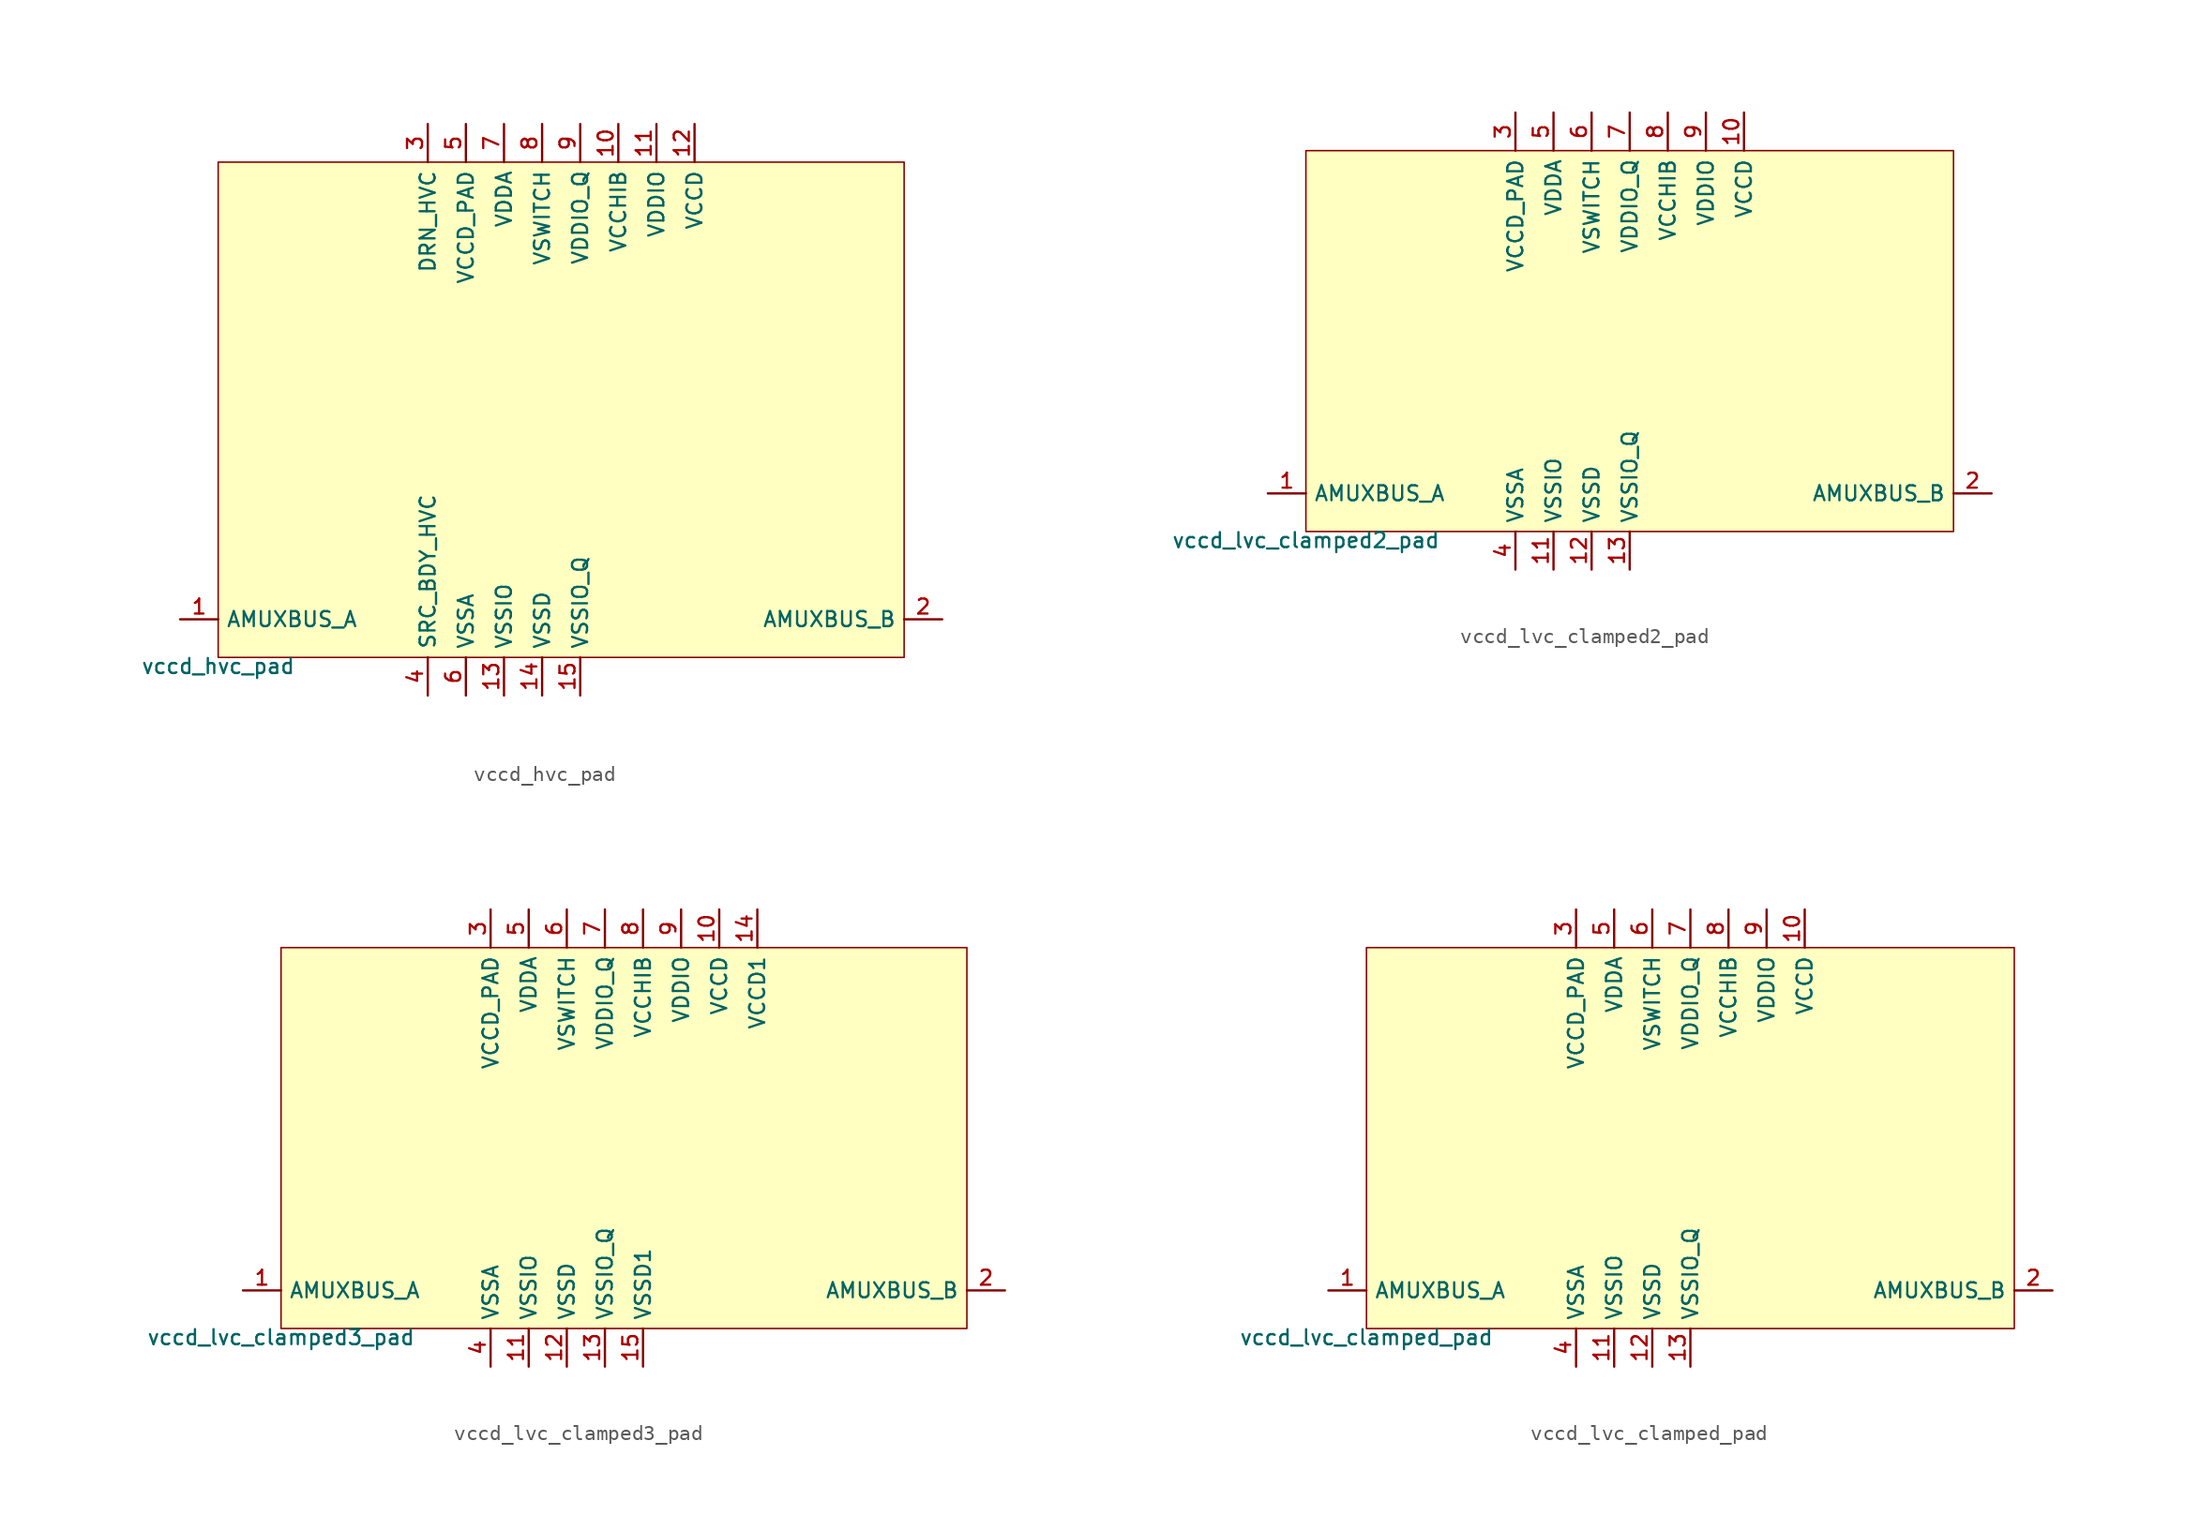
<source format=kicad_sym>
(kicad_symbol_lib
  (version 20211014)
  (generator pdk2kicad)
  (symbol "vccd_hvc_pad"
    (property "Reference" "X"
      (at 0 0 0)
      (effects (font (size 1 1)) hide))
    (property "Value" "vccd_hvc_pad"
      (at -22.86 -16.51 0)
      (effects (font (size 1 1)) (justify top)))
    (rectangle
      (start -22.86 -16.51)
      (end 22.86 16.51)
      (stroke (width 0.1) (type solid) (color 0 0 0 0))
      (fill (type background)))
    (pin bidirectional line
      (at -25.4 -13.97 0)
      (length 2.54)
      (name "AMUXBUS_A" (effects (font (size 1 1)) hide))
      (number "1" (effects (font (size 1 1)) hide)))
    (pin bidirectional line
      (at 25.4 -13.97 180)
      (length 2.54)
      (name "AMUXBUS_B" (effects (font (size 1 1)) hide))
      (number "2" (effects (font (size 1 1)) hide)))
    (pin power_in line
      (at -8.89 19.05 270)
      (length 2.54)
      (name "DRN_HVC" (effects (font (size 1 1)) hide))
      (number "3" (effects (font (size 1 1)) hide)))
    (pin power_in line
      (at -8.89 -19.05 90)
      (length 2.54)
      (name "SRC_BDY_HVC" (effects (font (size 1 1)) hide))
      (number "4" (effects (font (size 1 1)) hide)))
    (pin power_in line
      (at -6.35 19.05 270)
      (length 2.54)
      (name "VCCD_PAD" (effects (font (size 1 1)) hide))
      (number "5" (effects (font (size 1 1)) hide)))
    (pin power_in line
      (at -6.35 -19.05 90)
      (length 2.54)
      (name "VSSA" (effects (font (size 1 1)) hide))
      (number "6" (effects (font (size 1 1)) hide)))
    (pin power_in line
      (at -3.81 19.05 270)
      (length 2.54)
      (name "VDDA" (effects (font (size 1 1)) hide))
      (number "7" (effects (font (size 1 1)) hide)))
    (pin power_in line
      (at -1.27 19.05 270)
      (length 2.54)
      (name "VSWITCH" (effects (font (size 1 1)) hide))
      (number "8" (effects (font (size 1 1)) hide)))
    (pin power_in line
      (at 1.27 19.05 270)
      (length 2.54)
      (name "VDDIO_Q" (effects (font (size 1 1)) hide))
      (number "9" (effects (font (size 1 1)) hide)))
    (pin power_in line
      (at 3.81 19.05 270)
      (length 2.54)
      (name "VCCHIB" (effects (font (size 1 1)) hide))
      (number "10" (effects (font (size 1 1)) hide)))
    (pin power_in line
      (at 6.35 19.05 270)
      (length 2.54)
      (name "VDDIO" (effects (font (size 1 1)) hide))
      (number "11" (effects (font (size 1 1)) hide)))
    (pin power_in line
      (at 8.89 19.05 270)
      (length 2.54)
      (name "VCCD" (effects (font (size 1 1)) hide))
      (number "12" (effects (font (size 1 1)) hide)))
    (pin power_in line
      (at -3.81 -19.05 90)
      (length 2.54)
      (name "VSSIO" (effects (font (size 1 1)) hide))
      (number "13" (effects (font (size 1 1)) hide)))
    (pin power_in line
      (at -1.27 -19.05 90)
      (length 2.54)
      (name "VSSD" (effects (font (size 1 1)) hide))
      (number "14" (effects (font (size 1 1)) hide)))
    (pin power_in line
      (at 1.27 -19.05 90)
      (length 2.54)
      (name "VSSIO_Q" (effects (font (size 1 1)) hide))
      (number "15" (effects (font (size 1 1)) hide))))
  (symbol "vccd_lvc_clamped2_pad"
    (property "Reference" "X"
      (at 0 0 0)
      (effects (font (size 1 1)) hide))
    (property "Value" "vccd_lvc_clamped2_pad"
      (at -21.59 -12.7 0)
      (effects (font (size 1 1)) (justify top)))
    (rectangle
      (start -21.59 -12.7)
      (end 21.59 12.7)
      (stroke (width 0.1) (type solid) (color 0 0 0 0))
      (fill (type background)))
    (pin bidirectional line
      (at -24.13 -10.16 0)
      (length 2.54)
      (name "AMUXBUS_A" (effects (font (size 1 1)) hide))
      (number "1" (effects (font (size 1 1)) hide)))
    (pin bidirectional line
      (at 24.13 -10.16 180)
      (length 2.54)
      (name "AMUXBUS_B" (effects (font (size 1 1)) hide))
      (number "2" (effects (font (size 1 1)) hide)))
    (pin power_in line
      (at -7.62 15.24 270)
      (length 2.54)
      (name "VCCD_PAD" (effects (font (size 1 1)) hide))
      (number "3" (effects (font (size 1 1)) hide)))
    (pin power_in line
      (at -7.62 -15.24 90)
      (length 2.54)
      (name "VSSA" (effects (font (size 1 1)) hide))
      (number "4" (effects (font (size 1 1)) hide)))
    (pin power_in line
      (at -5.08 15.24 270)
      (length 2.54)
      (name "VDDA" (effects (font (size 1 1)) hide))
      (number "5" (effects (font (size 1 1)) hide)))
    (pin power_in line
      (at -2.54 15.24 270)
      (length 2.54)
      (name "VSWITCH" (effects (font (size 1 1)) hide))
      (number "6" (effects (font (size 1 1)) hide)))
    (pin power_in line
      (at 0.0 15.24 270)
      (length 2.54)
      (name "VDDIO_Q" (effects (font (size 1 1)) hide))
      (number "7" (effects (font (size 1 1)) hide)))
    (pin power_in line
      (at 2.54 15.24 270)
      (length 2.54)
      (name "VCCHIB" (effects (font (size 1 1)) hide))
      (number "8" (effects (font (size 1 1)) hide)))
    (pin power_in line
      (at 5.08 15.24 270)
      (length 2.54)
      (name "VDDIO" (effects (font (size 1 1)) hide))
      (number "9" (effects (font (size 1 1)) hide)))
    (pin power_in line
      (at 7.62 15.24 270)
      (length 2.54)
      (name "VCCD" (effects (font (size 1 1)) hide))
      (number "10" (effects (font (size 1 1)) hide)))
    (pin power_in line
      (at -5.08 -15.24 90)
      (length 2.54)
      (name "VSSIO" (effects (font (size 1 1)) hide))
      (number "11" (effects (font (size 1 1)) hide)))
    (pin power_in line
      (at -2.54 -15.24 90)
      (length 2.54)
      (name "VSSD" (effects (font (size 1 1)) hide))
      (number "12" (effects (font (size 1 1)) hide)))
    (pin power_in line
      (at 0.0 -15.24 90)
      (length 2.54)
      (name "VSSIO_Q" (effects (font (size 1 1)) hide))
      (number "13" (effects (font (size 1 1)) hide))))
  (symbol "vccd_lvc_clamped3_pad"
    (property "Reference" "X"
      (at 0 0 0)
      (effects (font (size 1 1)) hide))
    (property "Value" "vccd_lvc_clamped3_pad"
      (at -22.86 -12.7 0)
      (effects (font (size 1 1)) (justify top)))
    (rectangle
      (start -22.86 -12.7)
      (end 22.86 12.7)
      (stroke (width 0.1) (type solid) (color 0 0 0 0))
      (fill (type background)))
    (pin bidirectional line
      (at -25.4 -10.16 0)
      (length 2.54)
      (name "AMUXBUS_A" (effects (font (size 1 1)) hide))
      (number "1" (effects (font (size 1 1)) hide)))
    (pin bidirectional line
      (at 25.4 -10.16 180)
      (length 2.54)
      (name "AMUXBUS_B" (effects (font (size 1 1)) hide))
      (number "2" (effects (font (size 1 1)) hide)))
    (pin power_in line
      (at -8.89 15.24 270)
      (length 2.54)
      (name "VCCD_PAD" (effects (font (size 1 1)) hide))
      (number "3" (effects (font (size 1 1)) hide)))
    (pin power_in line
      (at -8.89 -15.24 90)
      (length 2.54)
      (name "VSSA" (effects (font (size 1 1)) hide))
      (number "4" (effects (font (size 1 1)) hide)))
    (pin power_in line
      (at -6.35 15.24 270)
      (length 2.54)
      (name "VDDA" (effects (font (size 1 1)) hide))
      (number "5" (effects (font (size 1 1)) hide)))
    (pin power_in line
      (at -3.81 15.24 270)
      (length 2.54)
      (name "VSWITCH" (effects (font (size 1 1)) hide))
      (number "6" (effects (font (size 1 1)) hide)))
    (pin power_in line
      (at -1.27 15.24 270)
      (length 2.54)
      (name "VDDIO_Q" (effects (font (size 1 1)) hide))
      (number "7" (effects (font (size 1 1)) hide)))
    (pin power_in line
      (at 1.27 15.24 270)
      (length 2.54)
      (name "VCCHIB" (effects (font (size 1 1)) hide))
      (number "8" (effects (font (size 1 1)) hide)))
    (pin power_in line
      (at 3.81 15.24 270)
      (length 2.54)
      (name "VDDIO" (effects (font (size 1 1)) hide))
      (number "9" (effects (font (size 1 1)) hide)))
    (pin power_in line
      (at 6.35 15.24 270)
      (length 2.54)
      (name "VCCD" (effects (font (size 1 1)) hide))
      (number "10" (effects (font (size 1 1)) hide)))
    (pin power_in line
      (at -6.35 -15.24 90)
      (length 2.54)
      (name "VSSIO" (effects (font (size 1 1)) hide))
      (number "11" (effects (font (size 1 1)) hide)))
    (pin power_in line
      (at -3.81 -15.24 90)
      (length 2.54)
      (name "VSSD" (effects (font (size 1 1)) hide))
      (number "12" (effects (font (size 1 1)) hide)))
    (pin power_in line
      (at -1.27 -15.24 90)
      (length 2.54)
      (name "VSSIO_Q" (effects (font (size 1 1)) hide))
      (number "13" (effects (font (size 1 1)) hide)))
    (pin power_in line
      (at 8.89 15.24 270)
      (length 2.54)
      (name "VCCD1" (effects (font (size 1 1)) hide))
      (number "14" (effects (font (size 1 1)) hide)))
    (pin power_in line
      (at 1.27 -15.24 90)
      (length 2.54)
      (name "VSSD1" (effects (font (size 1 1)) hide))
      (number "15" (effects (font (size 1 1)) hide))))
  (symbol "vccd_lvc_clamped_pad"
    (property "Reference" "X"
      (at 0 0 0)
      (effects (font (size 1 1)) hide))
    (property "Value" "vccd_lvc_clamped_pad"
      (at -21.59 -12.7 0)
      (effects (font (size 1 1)) (justify top)))
    (rectangle
      (start -21.59 -12.7)
      (end 21.59 12.7)
      (stroke (width 0.1) (type solid) (color 0 0 0 0))
      (fill (type background)))
    (pin bidirectional line
      (at -24.13 -10.16 0)
      (length 2.54)
      (name "AMUXBUS_A" (effects (font (size 1 1)) hide))
      (number "1" (effects (font (size 1 1)) hide)))
    (pin bidirectional line
      (at 24.13 -10.16 180)
      (length 2.54)
      (name "AMUXBUS_B" (effects (font (size 1 1)) hide))
      (number "2" (effects (font (size 1 1)) hide)))
    (pin power_in line
      (at -7.62 15.24 270)
      (length 2.54)
      (name "VCCD_PAD" (effects (font (size 1 1)) hide))
      (number "3" (effects (font (size 1 1)) hide)))
    (pin power_in line
      (at -7.62 -15.24 90)
      (length 2.54)
      (name "VSSA" (effects (font (size 1 1)) hide))
      (number "4" (effects (font (size 1 1)) hide)))
    (pin power_in line
      (at -5.08 15.24 270)
      (length 2.54)
      (name "VDDA" (effects (font (size 1 1)) hide))
      (number "5" (effects (font (size 1 1)) hide)))
    (pin power_in line
      (at -2.54 15.24 270)
      (length 2.54)
      (name "VSWITCH" (effects (font (size 1 1)) hide))
      (number "6" (effects (font (size 1 1)) hide)))
    (pin power_in line
      (at 0.0 15.24 270)
      (length 2.54)
      (name "VDDIO_Q" (effects (font (size 1 1)) hide))
      (number "7" (effects (font (size 1 1)) hide)))
    (pin power_in line
      (at 2.54 15.24 270)
      (length 2.54)
      (name "VCCHIB" (effects (font (size 1 1)) hide))
      (number "8" (effects (font (size 1 1)) hide)))
    (pin power_in line
      (at 5.08 15.24 270)
      (length 2.54)
      (name "VDDIO" (effects (font (size 1 1)) hide))
      (number "9" (effects (font (size 1 1)) hide)))
    (pin power_in line
      (at 7.62 15.24 270)
      (length 2.54)
      (name "VCCD" (effects (font (size 1 1)) hide))
      (number "10" (effects (font (size 1 1)) hide)))
    (pin power_in line
      (at -5.08 -15.24 90)
      (length 2.54)
      (name "VSSIO" (effects (font (size 1 1)) hide))
      (number "11" (effects (font (size 1 1)) hide)))
    (pin power_in line
      (at -2.54 -15.24 90)
      (length 2.54)
      (name "VSSD" (effects (font (size 1 1)) hide))
      (number "12" (effects (font (size 1 1)) hide)))
    (pin power_in line
      (at 0.0 -15.24 90)
      (length 2.54)
      (name "VSSIO_Q" (effects (font (size 1 1)) hide))
      (number "13" (effects (font (size 1 1)) hide)))))
</source>
